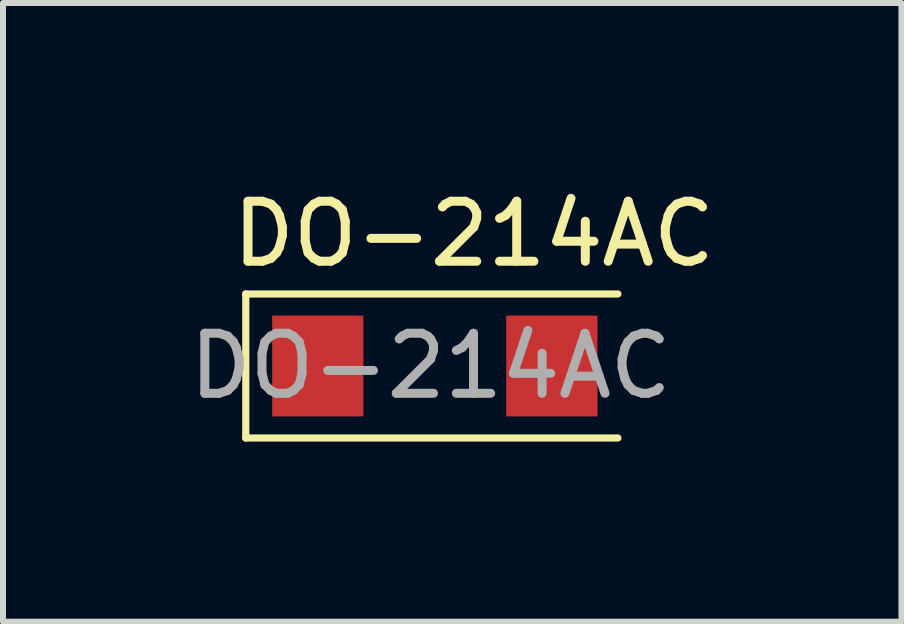
<source format=kicad_pcb>
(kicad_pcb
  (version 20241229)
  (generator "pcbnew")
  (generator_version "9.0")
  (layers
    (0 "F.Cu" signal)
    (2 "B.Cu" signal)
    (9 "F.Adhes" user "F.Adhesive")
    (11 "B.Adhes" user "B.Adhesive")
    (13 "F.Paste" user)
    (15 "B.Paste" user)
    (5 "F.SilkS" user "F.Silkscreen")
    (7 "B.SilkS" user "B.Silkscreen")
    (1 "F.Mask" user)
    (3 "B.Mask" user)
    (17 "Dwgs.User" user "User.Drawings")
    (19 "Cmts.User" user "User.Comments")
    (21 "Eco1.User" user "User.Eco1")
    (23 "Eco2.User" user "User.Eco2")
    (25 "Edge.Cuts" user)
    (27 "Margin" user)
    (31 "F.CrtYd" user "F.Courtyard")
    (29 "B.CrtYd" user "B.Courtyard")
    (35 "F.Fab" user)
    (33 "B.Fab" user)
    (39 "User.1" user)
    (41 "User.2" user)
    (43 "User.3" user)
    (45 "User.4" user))
  (footprint "DO-214AC"
    (layer "F.Cu")
    (at 4.125 3.048)
    (property "Reference" "DO-214AC" (at 0.72 -2.2 0) (unlocked yes) (layer "F.SilkS") (effects (font (size 1 1) (thickness 0.15))))
    (attr smd)
    (fp_line (start -3.08 -1.2) (end 3.12 -1.2) (stroke (width 0.12) (type solid)) (layer "F.SilkS"))
    (fp_line (start -3.08 1.2) (end -3.08 -1.2) (stroke (width 0.12) (type solid)) (layer "F.SilkS"))
    (fp_line (start 3.12 1.2) (end -3.08 1.2) (stroke (width 0.12) (type solid)) (layer "F.SilkS"))
    (fp_text user "${REFERENCE}" (at 0 0 0) (unlocked yes) (layer "F.Fab") (effects (font (size 1 1) (thickness 0.15))))
    (pad "1" smd rect (at -1.88 0 90) (size 1.68 1.52) (layers "F.Cu" "F.Mask" "F.Paste"))
    (pad "2" smd rect (at 2.02 0 90) (size 1.68 1.52) (layers "F.Cu" "F.Mask" "F.Paste")))
  (gr_rect
    (start -3 -3)
    (end 11.97 7.308)
    (stroke (width 0.1) (type default))
    (fill no)
    (layer "Edge.Cuts")))
</source>
